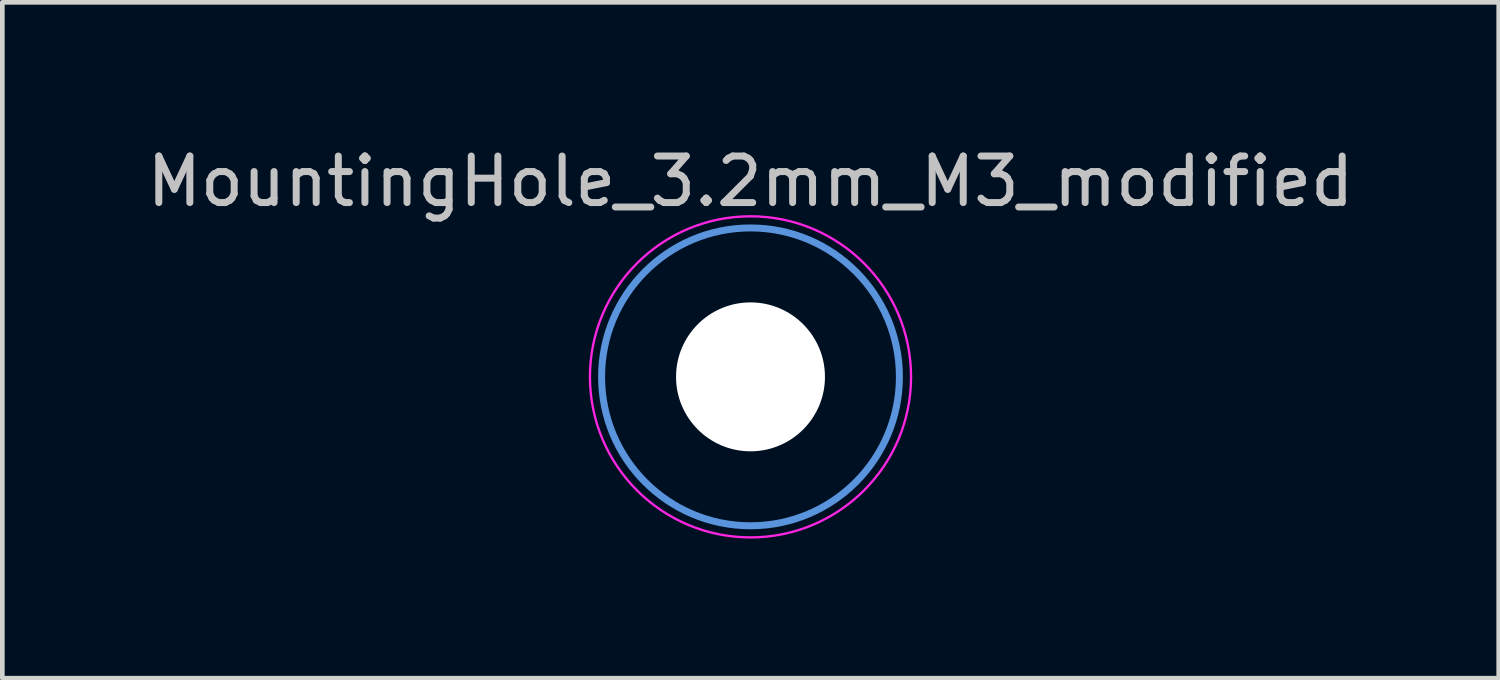
<source format=kicad_pcb>
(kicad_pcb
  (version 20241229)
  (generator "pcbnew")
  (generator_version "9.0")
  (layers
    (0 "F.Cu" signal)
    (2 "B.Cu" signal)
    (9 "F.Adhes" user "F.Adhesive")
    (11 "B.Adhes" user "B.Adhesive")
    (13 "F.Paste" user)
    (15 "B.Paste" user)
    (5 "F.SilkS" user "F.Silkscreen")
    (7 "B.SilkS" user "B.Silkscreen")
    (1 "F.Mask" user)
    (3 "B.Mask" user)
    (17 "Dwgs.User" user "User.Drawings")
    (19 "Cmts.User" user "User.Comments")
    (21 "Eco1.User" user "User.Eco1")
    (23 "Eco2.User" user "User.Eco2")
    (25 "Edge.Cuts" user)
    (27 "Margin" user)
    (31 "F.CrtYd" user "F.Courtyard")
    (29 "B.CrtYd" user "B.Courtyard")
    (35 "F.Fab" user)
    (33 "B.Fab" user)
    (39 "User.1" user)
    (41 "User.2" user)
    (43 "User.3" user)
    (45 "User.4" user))
  (footprint "MountingHole_3.2mm_M3_modified"
    (layer "F.Cu")
    (at 13.077 5.048)
    (property "Reference" "MountingHole_3.2mm_M3_modified" (at 0 -4.2 0) (layer "Dwgs.User") (effects (font (size 1 1) (thickness 0.15))))
    (attr exclude_from_pos_files exclude_from_bom)
    (fp_circle (center 0 0) (end 3.2 0) (stroke (width 0.15) (type solid)) (fill no) (layer "Cmts.User"))
    (fp_circle (center 0 0) (end 1.505 0.34) (stroke (width 0.12) (type solid)) (fill no) (layer "Eco1.User"))
    (fp_circle (center 0 0) (end 3.45 0) (stroke (width 0.05) (type solid)) (fill no) (layer "F.CrtYd"))
    (pad "" np_thru_hole circle (at 0 0) (size 3.2 3.2) (drill 3.2) (layers "*.Cu" "*.Mask")))
  (gr_rect
    (start -3 -3)
    (end 29.155 11.523)
    (stroke (width 0.1) (type default))
    (fill no)
    (layer "Edge.Cuts")))
</source>
